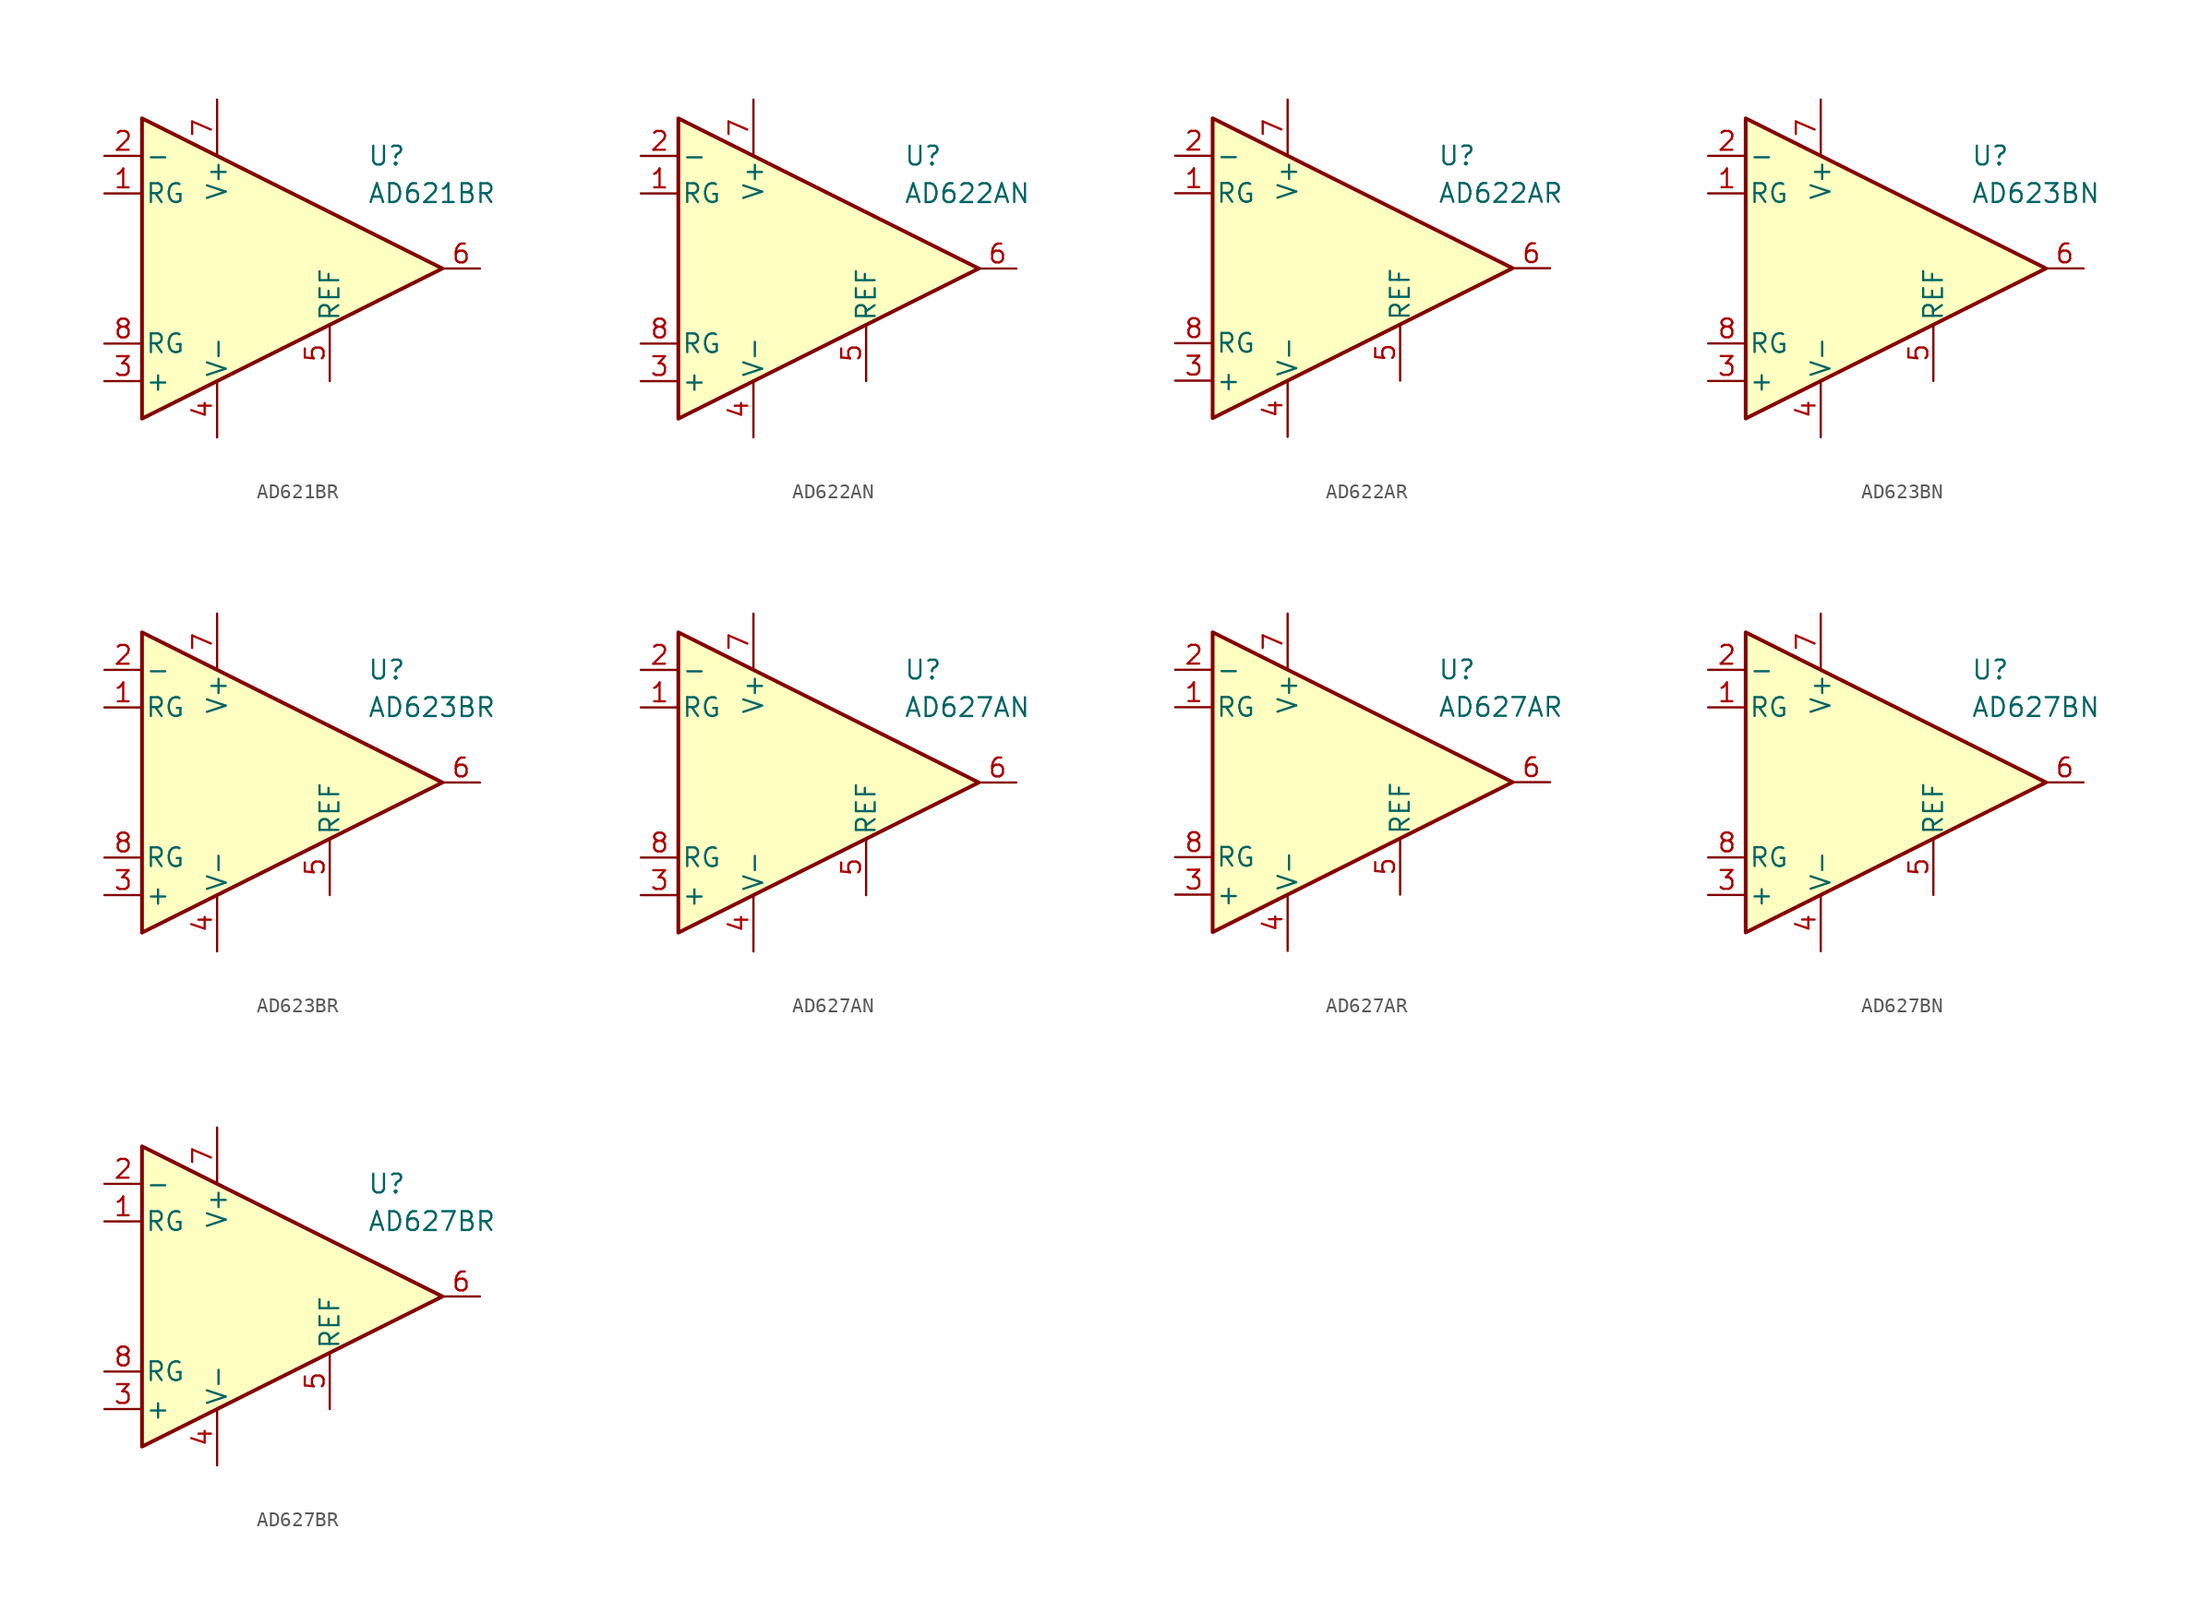
<source format=kicad_sym>
(kicad_symbol_lib
  (version 20231120)
  (generator "kicad_symbol_editor")
  (generator_version "8.0")
  (symbol "AD621BR"
    (pin_names
      (offset 0.2))
    (property "Reference" "U"
      (at 6.35 7.62 0)
      (effects (font (size 1.27 1.27)) (justify left)))
    (property "Value" "AD621BR"
      (at 6.35 5.08 0)
      (effects (font (size 1.27 1.27)) (justify left)))
    (symbol "AD621BR_0_1"
      (polyline (pts (xy -8.89 10.16) (xy -8.89 -10.16) (xy 11.43 0) (xy -8.89 10.16)) (stroke (width 0.254) (type default)) (fill (type background))))
    (symbol "AD621BR_1_1"
      (pin passive line (at -11.43 5.08 0) (length 2.54) (name "RG" (effects (font (size 1.27 1.27)))) (number "1" (effects (font (size 1.27 1.27)))))
      (pin input line (at -11.43 7.62 0) (length 2.54) (name "-" (effects (font (size 1.27 1.27)))) (number "2" (effects (font (size 1.27 1.27)))))
      (pin input line (at -11.43 -7.62 0) (length 2.54) (name "+" (effects (font (size 1.27 1.27)))) (number "3" (effects (font (size 1.27 1.27)))))
      (pin power_in line (at -3.81 -11.43 90) (length 3.81) (name "V-" (effects (font (size 1.27 1.27)))) (number "4" (effects (font (size 1.27 1.27)))))
      (pin input line (at 3.81 -7.62 90) (length 3.81) (name "REF" (effects (font (size 1.27 1.27)))) (number "5" (effects (font (size 1.27 1.27)))))
      (pin output line (at 13.97 0 180) (length 2.54) (name "~" (effects (font (size 1.27 1.27)))) (number "6" (effects (font (size 1.27 1.27)))))
      (pin power_in line (at -3.81 11.43 270) (length 3.81) (name "V+" (effects (font (size 1.27 1.27)))) (number "7" (effects (font (size 1.27 1.27)))))
      (pin passive line (at -11.43 -5.08 0) (length 2.54) (name "RG" (effects (font (size 1.27 1.27)))) (number "8" (effects (font (size 1.27 1.27)))))))
  (symbol "AD622AN"
    (pin_names
      (offset 0.2))
    (property "Reference" "U"
      (at 6.35 7.62 0)
      (effects (font (size 1.27 1.27)) (justify left)))
    (property "Value" "AD622AN"
      (at 6.35 5.08 0)
      (effects (font (size 1.27 1.27)) (justify left)))
    (symbol "AD622AN_0_1"
      (polyline (pts (xy -8.89 10.16) (xy -8.89 -10.16) (xy 11.43 0) (xy -8.89 10.16)) (stroke (width 0.254) (type default)) (fill (type background))))
    (symbol "AD622AN_1_1"
      (pin passive line (at -11.43 5.08 0) (length 2.54) (name "RG" (effects (font (size 1.27 1.27)))) (number "1" (effects (font (size 1.27 1.27)))))
      (pin input line (at -11.43 7.62 0) (length 2.54) (name "-" (effects (font (size 1.27 1.27)))) (number "2" (effects (font (size 1.27 1.27)))))
      (pin input line (at -11.43 -7.62 0) (length 2.54) (name "+" (effects (font (size 1.27 1.27)))) (number "3" (effects (font (size 1.27 1.27)))))
      (pin power_in line (at -3.81 -11.43 90) (length 3.81) (name "V-" (effects (font (size 1.27 1.27)))) (number "4" (effects (font (size 1.27 1.27)))))
      (pin input line (at 3.81 -7.62 90) (length 3.81) (name "REF" (effects (font (size 1.27 1.27)))) (number "5" (effects (font (size 1.27 1.27)))))
      (pin output line (at 13.97 0 180) (length 2.54) (name "~" (effects (font (size 1.27 1.27)))) (number "6" (effects (font (size 1.27 1.27)))))
      (pin power_in line (at -3.81 11.43 270) (length 3.81) (name "V+" (effects (font (size 1.27 1.27)))) (number "7" (effects (font (size 1.27 1.27)))))
      (pin passive line (at -11.43 -5.08 0) (length 2.54) (name "RG" (effects (font (size 1.27 1.27)))) (number "8" (effects (font (size 1.27 1.27)))))))
  (symbol "AD622AR"
    (pin_names
      (offset 0.2))
    (property "Reference" "U"
      (at 6.35 7.62 0)
      (effects (font (size 1.27 1.27)) (justify left)))
    (property "Value" "AD622AR"
      (at 6.35 5.08 0)
      (effects (font (size 1.27 1.27)) (justify left)))
    (symbol "AD622AR_0_1"
      (polyline (pts (xy -8.89 10.16) (xy -8.89 -10.16) (xy 11.43 0) (xy -8.89 10.16)) (stroke (width 0.254) (type default)) (fill (type background))))
    (symbol "AD622AR_1_1"
      (pin passive line (at -11.43 5.08 0) (length 2.54) (name "RG" (effects (font (size 1.27 1.27)))) (number "1" (effects (font (size 1.27 1.27)))))
      (pin input line (at -11.43 7.62 0) (length 2.54) (name "-" (effects (font (size 1.27 1.27)))) (number "2" (effects (font (size 1.27 1.27)))))
      (pin input line (at -11.43 -7.62 0) (length 2.54) (name "+" (effects (font (size 1.27 1.27)))) (number "3" (effects (font (size 1.27 1.27)))))
      (pin power_in line (at -3.81 -11.43 90) (length 3.81) (name "V-" (effects (font (size 1.27 1.27)))) (number "4" (effects (font (size 1.27 1.27)))))
      (pin input line (at 3.81 -7.62 90) (length 3.81) (name "REF" (effects (font (size 1.27 1.27)))) (number "5" (effects (font (size 1.27 1.27)))))
      (pin output line (at 13.97 0 180) (length 2.54) (name "~" (effects (font (size 1.27 1.27)))) (number "6" (effects (font (size 1.27 1.27)))))
      (pin power_in line (at -3.81 11.43 270) (length 3.81) (name "V+" (effects (font (size 1.27 1.27)))) (number "7" (effects (font (size 1.27 1.27)))))
      (pin passive line (at -11.43 -5.08 0) (length 2.54) (name "RG" (effects (font (size 1.27 1.27)))) (number "8" (effects (font (size 1.27 1.27)))))))
  (symbol "AD623BN"
    (pin_names
      (offset 0.2))
    (property "Reference" "U"
      (at 6.35 7.62 0)
      (effects (font (size 1.27 1.27)) (justify left)))
    (property "Value" "AD623BN"
      (at 6.35 5.08 0)
      (effects (font (size 1.27 1.27)) (justify left)))
    (symbol "AD623BN_0_1"
      (polyline (pts (xy -8.89 10.16) (xy -8.89 -10.16) (xy 11.43 0) (xy -8.89 10.16)) (stroke (width 0.254) (type default)) (fill (type background))))
    (symbol "AD623BN_1_1"
      (pin passive line (at -11.43 5.08 0) (length 2.54) (name "RG" (effects (font (size 1.27 1.27)))) (number "1" (effects (font (size 1.27 1.27)))))
      (pin input line (at -11.43 7.62 0) (length 2.54) (name "-" (effects (font (size 1.27 1.27)))) (number "2" (effects (font (size 1.27 1.27)))))
      (pin input line (at -11.43 -7.62 0) (length 2.54) (name "+" (effects (font (size 1.27 1.27)))) (number "3" (effects (font (size 1.27 1.27)))))
      (pin power_in line (at -3.81 -11.43 90) (length 3.81) (name "V-" (effects (font (size 1.27 1.27)))) (number "4" (effects (font (size 1.27 1.27)))))
      (pin input line (at 3.81 -7.62 90) (length 3.81) (name "REF" (effects (font (size 1.27 1.27)))) (number "5" (effects (font (size 1.27 1.27)))))
      (pin output line (at 13.97 0 180) (length 2.54) (name "~" (effects (font (size 1.27 1.27)))) (number "6" (effects (font (size 1.27 1.27)))))
      (pin power_in line (at -3.81 11.43 270) (length 3.81) (name "V+" (effects (font (size 1.27 1.27)))) (number "7" (effects (font (size 1.27 1.27)))))
      (pin passive line (at -11.43 -5.08 0) (length 2.54) (name "RG" (effects (font (size 1.27 1.27)))) (number "8" (effects (font (size 1.27 1.27)))))))
  (symbol "AD623BR"
    (pin_names
      (offset 0.2))
    (property "Reference" "U"
      (at 6.35 7.62 0)
      (effects (font (size 1.27 1.27)) (justify left)))
    (property "Value" "AD623BR"
      (at 6.35 5.08 0)
      (effects (font (size 1.27 1.27)) (justify left)))
    (symbol "AD623BR_0_1"
      (polyline (pts (xy -8.89 10.16) (xy -8.89 -10.16) (xy 11.43 0) (xy -8.89 10.16)) (stroke (width 0.254) (type default)) (fill (type background))))
    (symbol "AD623BR_1_1"
      (pin passive line (at -11.43 5.08 0) (length 2.54) (name "RG" (effects (font (size 1.27 1.27)))) (number "1" (effects (font (size 1.27 1.27)))))
      (pin input line (at -11.43 7.62 0) (length 2.54) (name "-" (effects (font (size 1.27 1.27)))) (number "2" (effects (font (size 1.27 1.27)))))
      (pin input line (at -11.43 -7.62 0) (length 2.54) (name "+" (effects (font (size 1.27 1.27)))) (number "3" (effects (font (size 1.27 1.27)))))
      (pin power_in line (at -3.81 -11.43 90) (length 3.81) (name "V-" (effects (font (size 1.27 1.27)))) (number "4" (effects (font (size 1.27 1.27)))))
      (pin input line (at 3.81 -7.62 90) (length 3.81) (name "REF" (effects (font (size 1.27 1.27)))) (number "5" (effects (font (size 1.27 1.27)))))
      (pin output line (at 13.97 0 180) (length 2.54) (name "~" (effects (font (size 1.27 1.27)))) (number "6" (effects (font (size 1.27 1.27)))))
      (pin power_in line (at -3.81 11.43 270) (length 3.81) (name "V+" (effects (font (size 1.27 1.27)))) (number "7" (effects (font (size 1.27 1.27)))))
      (pin passive line (at -11.43 -5.08 0) (length 2.54) (name "RG" (effects (font (size 1.27 1.27)))) (number "8" (effects (font (size 1.27 1.27)))))))
  (symbol "AD627AN"
    (pin_names
      (offset 0.2))
    (property "Reference" "U"
      (at 6.35 7.62 0)
      (effects (font (size 1.27 1.27)) (justify left)))
    (property "Value" "AD627AN"
      (at 6.35 5.08 0)
      (effects (font (size 1.27 1.27)) (justify left)))
    (symbol "AD627AN_0_1"
      (polyline (pts (xy -8.89 10.16) (xy -8.89 -10.16) (xy 11.43 0) (xy -8.89 10.16)) (stroke (width 0.254) (type default)) (fill (type background))))
    (symbol "AD627AN_1_1"
      (pin passive line (at -11.43 5.08 0) (length 2.54) (name "RG" (effects (font (size 1.27 1.27)))) (number "1" (effects (font (size 1.27 1.27)))))
      (pin input line (at -11.43 7.62 0) (length 2.54) (name "-" (effects (font (size 1.27 1.27)))) (number "2" (effects (font (size 1.27 1.27)))))
      (pin input line (at -11.43 -7.62 0) (length 2.54) (name "+" (effects (font (size 1.27 1.27)))) (number "3" (effects (font (size 1.27 1.27)))))
      (pin power_in line (at -3.81 -11.43 90) (length 3.81) (name "V-" (effects (font (size 1.27 1.27)))) (number "4" (effects (font (size 1.27 1.27)))))
      (pin input line (at 3.81 -7.62 90) (length 3.81) (name "REF" (effects (font (size 1.27 1.27)))) (number "5" (effects (font (size 1.27 1.27)))))
      (pin output line (at 13.97 0 180) (length 2.54) (name "~" (effects (font (size 1.27 1.27)))) (number "6" (effects (font (size 1.27 1.27)))))
      (pin power_in line (at -3.81 11.43 270) (length 3.81) (name "V+" (effects (font (size 1.27 1.27)))) (number "7" (effects (font (size 1.27 1.27)))))
      (pin passive line (at -11.43 -5.08 0) (length 2.54) (name "RG" (effects (font (size 1.27 1.27)))) (number "8" (effects (font (size 1.27 1.27)))))))
  (symbol "AD627AR"
    (pin_names
      (offset 0.2))
    (property "Reference" "U"
      (at 6.35 7.62 0)
      (effects (font (size 1.27 1.27)) (justify left)))
    (property "Value" "AD627AR"
      (at 6.35 5.08 0)
      (effects (font (size 1.27 1.27)) (justify left)))
    (symbol "AD627AR_0_1"
      (polyline (pts (xy -8.89 10.16) (xy -8.89 -10.16) (xy 11.43 0) (xy -8.89 10.16)) (stroke (width 0.254) (type default)) (fill (type background))))
    (symbol "AD627AR_1_1"
      (pin passive line (at -11.43 5.08 0) (length 2.54) (name "RG" (effects (font (size 1.27 1.27)))) (number "1" (effects (font (size 1.27 1.27)))))
      (pin input line (at -11.43 7.62 0) (length 2.54) (name "-" (effects (font (size 1.27 1.27)))) (number "2" (effects (font (size 1.27 1.27)))))
      (pin input line (at -11.43 -7.62 0) (length 2.54) (name "+" (effects (font (size 1.27 1.27)))) (number "3" (effects (font (size 1.27 1.27)))))
      (pin power_in line (at -3.81 -11.43 90) (length 3.81) (name "V-" (effects (font (size 1.27 1.27)))) (number "4" (effects (font (size 1.27 1.27)))))
      (pin input line (at 3.81 -7.62 90) (length 3.81) (name "REF" (effects (font (size 1.27 1.27)))) (number "5" (effects (font (size 1.27 1.27)))))
      (pin output line (at 13.97 0 180) (length 2.54) (name "~" (effects (font (size 1.27 1.27)))) (number "6" (effects (font (size 1.27 1.27)))))
      (pin power_in line (at -3.81 11.43 270) (length 3.81) (name "V+" (effects (font (size 1.27 1.27)))) (number "7" (effects (font (size 1.27 1.27)))))
      (pin passive line (at -11.43 -5.08 0) (length 2.54) (name "RG" (effects (font (size 1.27 1.27)))) (number "8" (effects (font (size 1.27 1.27)))))))
  (symbol "AD627BN"
    (pin_names
      (offset 0.2))
    (property "Reference" "U"
      (at 6.35 7.62 0)
      (effects (font (size 1.27 1.27)) (justify left)))
    (property "Value" "AD627BN"
      (at 6.35 5.08 0)
      (effects (font (size 1.27 1.27)) (justify left)))
    (symbol "AD627BN_0_1"
      (polyline (pts (xy -8.89 10.16) (xy -8.89 -10.16) (xy 11.43 0) (xy -8.89 10.16)) (stroke (width 0.254) (type default)) (fill (type background))))
    (symbol "AD627BN_1_1"
      (pin passive line (at -11.43 5.08 0) (length 2.54) (name "RG" (effects (font (size 1.27 1.27)))) (number "1" (effects (font (size 1.27 1.27)))))
      (pin input line (at -11.43 7.62 0) (length 2.54) (name "-" (effects (font (size 1.27 1.27)))) (number "2" (effects (font (size 1.27 1.27)))))
      (pin input line (at -11.43 -7.62 0) (length 2.54) (name "+" (effects (font (size 1.27 1.27)))) (number "3" (effects (font (size 1.27 1.27)))))
      (pin power_in line (at -3.81 -11.43 90) (length 3.81) (name "V-" (effects (font (size 1.27 1.27)))) (number "4" (effects (font (size 1.27 1.27)))))
      (pin input line (at 3.81 -7.62 90) (length 3.81) (name "REF" (effects (font (size 1.27 1.27)))) (number "5" (effects (font (size 1.27 1.27)))))
      (pin output line (at 13.97 0 180) (length 2.54) (name "~" (effects (font (size 1.27 1.27)))) (number "6" (effects (font (size 1.27 1.27)))))
      (pin power_in line (at -3.81 11.43 270) (length 3.81) (name "V+" (effects (font (size 1.27 1.27)))) (number "7" (effects (font (size 1.27 1.27)))))
      (pin passive line (at -11.43 -5.08 0) (length 2.54) (name "RG" (effects (font (size 1.27 1.27)))) (number "8" (effects (font (size 1.27 1.27)))))))
  (symbol "AD627BR"
    (pin_names
      (offset 0.2))
    (property "Reference" "U"
      (at 6.35 7.62 0)
      (effects (font (size 1.27 1.27)) (justify left)))
    (property "Value" "AD627BR"
      (at 6.35 5.08 0)
      (effects (font (size 1.27 1.27)) (justify left)))
    (symbol "AD627BR_0_1"
      (polyline (pts (xy -8.89 10.16) (xy -8.89 -10.16) (xy 11.43 0) (xy -8.89 10.16)) (stroke (width 0.254) (type default)) (fill (type background))))
    (symbol "AD627BR_1_1"
      (pin passive line (at -11.43 5.08 0) (length 2.54) (name "RG" (effects (font (size 1.27 1.27)))) (number "1" (effects (font (size 1.27 1.27)))))
      (pin input line (at -11.43 7.62 0) (length 2.54) (name "-" (effects (font (size 1.27 1.27)))) (number "2" (effects (font (size 1.27 1.27)))))
      (pin input line (at -11.43 -7.62 0) (length 2.54) (name "+" (effects (font (size 1.27 1.27)))) (number "3" (effects (font (size 1.27 1.27)))))
      (pin power_in line (at -3.81 -11.43 90) (length 3.81) (name "V-" (effects (font (size 1.27 1.27)))) (number "4" (effects (font (size 1.27 1.27)))))
      (pin input line (at 3.81 -7.62 90) (length 3.81) (name "REF" (effects (font (size 1.27 1.27)))) (number "5" (effects (font (size 1.27 1.27)))))
      (pin output line (at 13.97 0 180) (length 2.54) (name "~" (effects (font (size 1.27 1.27)))) (number "6" (effects (font (size 1.27 1.27)))))
      (pin power_in line (at -3.81 11.43 270) (length 3.81) (name "V+" (effects (font (size 1.27 1.27)))) (number "7" (effects (font (size 1.27 1.27)))))
      (pin passive line (at -11.43 -5.08 0) (length 2.54) (name "RG" (effects (font (size 1.27 1.27)))) (number "8" (effects (font (size 1.27 1.27))))))))
</source>
